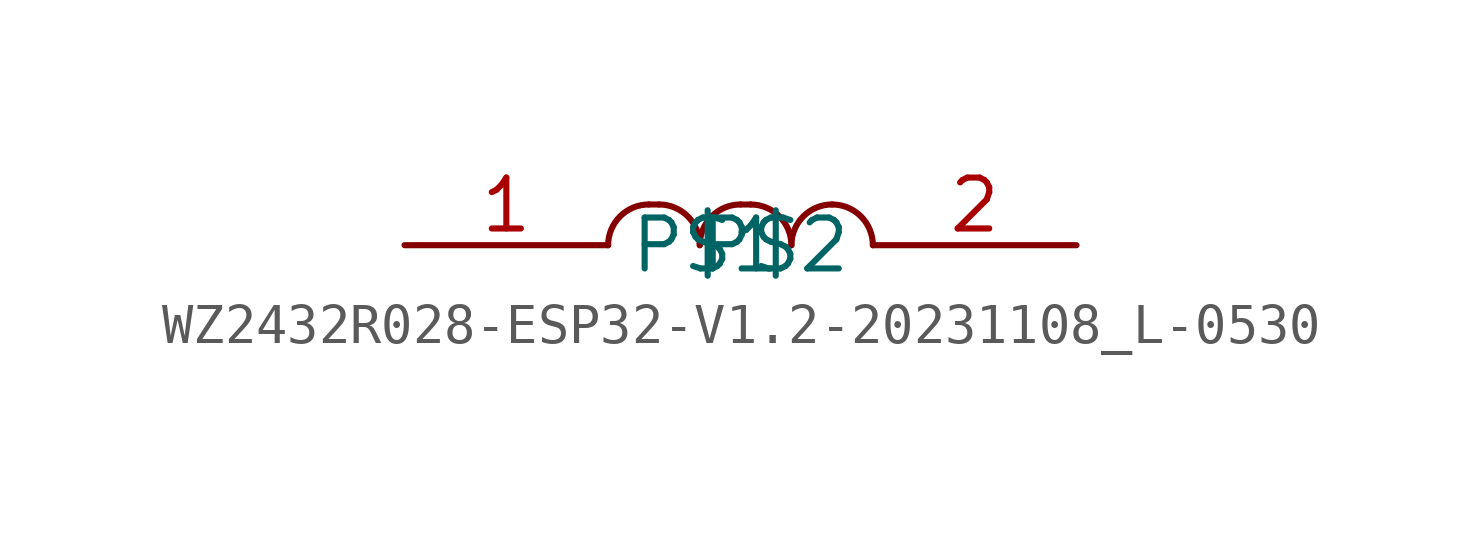
<source format=kicad_sym>
(kicad_symbol_lib
  (version 20231120)
  (generator "kicad_symbol_editor")
  (generator_version "8.0")
  (symbol "WZ2432R028-ESP32-V1.2-20231108_L-0530"
    (property "Reference" ""
      (at -8.636 1.778 0)
      (effects (font (size 1.27 1.079)) (justify left bottom) (hide yes)))
    (property "ki_locked" ""
      (at 0 0 0)
      (effects (font (size 1.27 1.27))))
    (symbol "WZ2432R028-ESP32-V1.2-20231108_L-0530_1_0"
      (arc (start -6.604 1.016) (mid -7.3224 0.7184) (end -7.62 0) (stroke (width 0.1524) (type solid)) (fill (type none)))
      (arc (start -5.334 0) (mid -5.6316 0.7184) (end -6.35 1.016) (stroke (width 0.1524) (type solid)) (fill (type none)))
      (arc (start -4.318 1.016) (mid -5.0364 0.7184) (end -5.334 0) (stroke (width 0.1524) (type solid)) (fill (type none)))
      (arc (start -3.048 0) (mid -3.3456 0.7184) (end -4.064 1.016) (stroke (width 0.1524) (type solid)) (fill (type none)))
      (arc (start -2.032 1.016) (mid -2.7504 0.7184) (end -3.048 0) (stroke (width 0.1524) (type solid)) (fill (type none)))
      (arc (start -1.016 0) (mid -1.3136 0.7184) (end -2.032 1.016) (stroke (width 0.1524) (type solid)) (fill (type none)))
      (polyline (pts (xy -6.604 1.016) (xy -6.35 1.016)) (stroke (width 0.152) (type solid)) (fill (type none)))
      (polyline (pts (xy -4.318 1.016) (xy -4.064 1.016)) (stroke (width 0.152) (type solid)) (fill (type none)))
      (pin bidirectional line (at -12.7 0 0) (length 5.08) (name "P$1" (effects (font (size 1.27 1.27)))) (number "1" (effects (font (size 1.27 1.27)))))
      (pin bidirectional line (at 4.064 0 180) (length 5.08) (name "P$2" (effects (font (size 1.27 1.27)))) (number "2" (effects (font (size 1.27 1.27))))))))
</source>
